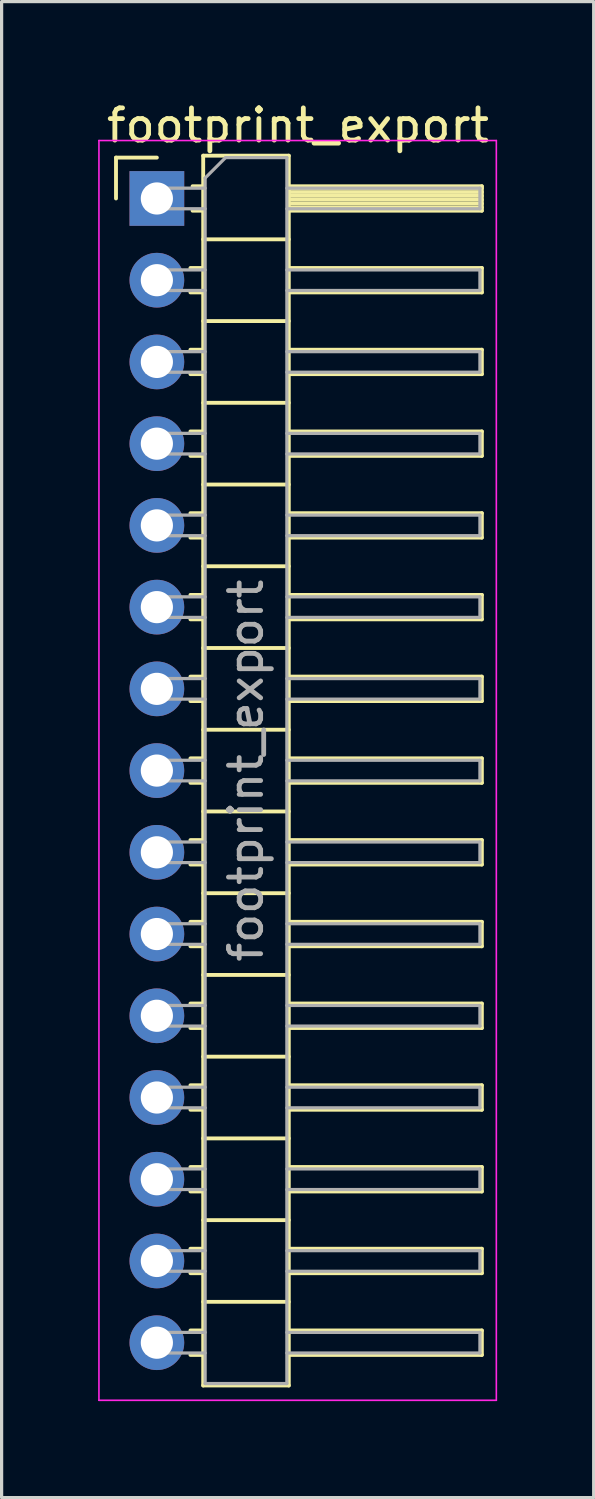
<source format=kicad_pcb>
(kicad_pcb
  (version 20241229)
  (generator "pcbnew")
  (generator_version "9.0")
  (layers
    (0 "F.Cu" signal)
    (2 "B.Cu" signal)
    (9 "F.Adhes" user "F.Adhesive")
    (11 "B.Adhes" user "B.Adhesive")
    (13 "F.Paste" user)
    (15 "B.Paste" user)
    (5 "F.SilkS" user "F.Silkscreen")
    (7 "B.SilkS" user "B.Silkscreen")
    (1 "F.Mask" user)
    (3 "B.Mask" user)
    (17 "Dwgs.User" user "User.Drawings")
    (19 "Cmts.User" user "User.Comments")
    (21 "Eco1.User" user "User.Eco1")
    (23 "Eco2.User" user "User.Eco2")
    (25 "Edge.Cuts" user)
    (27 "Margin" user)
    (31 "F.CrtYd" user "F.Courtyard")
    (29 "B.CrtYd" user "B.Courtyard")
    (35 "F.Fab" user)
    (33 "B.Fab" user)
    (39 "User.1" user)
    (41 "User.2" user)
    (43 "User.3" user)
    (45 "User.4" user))
  (footprint "footprint_export"
    (layer "F.Cu")
    (at 1.825 3.118)
    (property "Reference" "footprint_export" (at 4.385 -2.27 0) (layer "F.SilkS") (effects (font (size 1 1) (thickness 0.15))))
    (attr through_hole)
    (fp_line (start -1.27 -1.27) (end 0 -1.27) (stroke (width 0.12) (type solid)) (layer "F.SilkS"))
    (fp_line (start -1.27 0) (end -1.27 -1.27) (stroke (width 0.12) (type solid)) (layer "F.SilkS"))
    (fp_line (start 1.043 2.16) (end 1.44 2.16) (stroke (width 0.12) (type solid)) (layer "F.SilkS"))
    (fp_line (start 1.043 2.92) (end 1.44 2.92) (stroke (width 0.12) (type solid)) (layer "F.SilkS"))
    (fp_line (start 1.043 4.7) (end 1.44 4.7) (stroke (width 0.12) (type solid)) (layer "F.SilkS"))
    (fp_line (start 1.043 5.46) (end 1.44 5.46) (stroke (width 0.12) (type solid)) (layer "F.SilkS"))
    (fp_line (start 1.043 7.24) (end 1.44 7.24) (stroke (width 0.12) (type solid)) (layer "F.SilkS"))
    (fp_line (start 1.043 8) (end 1.44 8) (stroke (width 0.12) (type solid)) (layer "F.SilkS"))
    (fp_line (start 1.043 9.78) (end 1.44 9.78) (stroke (width 0.12) (type solid)) (layer "F.SilkS"))
    (fp_line (start 1.043 10.54) (end 1.44 10.54) (stroke (width 0.12) (type solid)) (layer "F.SilkS"))
    (fp_line (start 1.043 12.32) (end 1.44 12.32) (stroke (width 0.12) (type solid)) (layer "F.SilkS"))
    (fp_line (start 1.043 13.08) (end 1.44 13.08) (stroke (width 0.12) (type solid)) (layer "F.SilkS"))
    (fp_line (start 1.043 14.86) (end 1.44 14.86) (stroke (width 0.12) (type solid)) (layer "F.SilkS"))
    (fp_line (start 1.043 15.62) (end 1.44 15.62) (stroke (width 0.12) (type solid)) (layer "F.SilkS"))
    (fp_line (start 1.043 17.4) (end 1.44 17.4) (stroke (width 0.12) (type solid)) (layer "F.SilkS"))
    (fp_line (start 1.043 18.16) (end 1.44 18.16) (stroke (width 0.12) (type solid)) (layer "F.SilkS"))
    (fp_line (start 1.043 19.94) (end 1.44 19.94) (stroke (width 0.12) (type solid)) (layer "F.SilkS"))
    (fp_line (start 1.043 20.7) (end 1.44 20.7) (stroke (width 0.12) (type solid)) (layer "F.SilkS"))
    (fp_line (start 1.043 22.48) (end 1.44 22.48) (stroke (width 0.12) (type solid)) (layer "F.SilkS"))
    (fp_line (start 1.043 23.24) (end 1.44 23.24) (stroke (width 0.12) (type solid)) (layer "F.SilkS"))
    (fp_line (start 1.043 25.02) (end 1.44 25.02) (stroke (width 0.12) (type solid)) (layer "F.SilkS"))
    (fp_line (start 1.043 25.78) (end 1.44 25.78) (stroke (width 0.12) (type solid)) (layer "F.SilkS"))
    (fp_line (start 1.043 27.56) (end 1.44 27.56) (stroke (width 0.12) (type solid)) (layer "F.SilkS"))
    (fp_line (start 1.043 28.32) (end 1.44 28.32) (stroke (width 0.12) (type solid)) (layer "F.SilkS"))
    (fp_line (start 1.043 30.1) (end 1.44 30.1) (stroke (width 0.12) (type solid)) (layer "F.SilkS"))
    (fp_line (start 1.043 30.86) (end 1.44 30.86) (stroke (width 0.12) (type solid)) (layer "F.SilkS"))
    (fp_line (start 1.043 32.64) (end 1.44 32.64) (stroke (width 0.12) (type solid)) (layer "F.SilkS"))
    (fp_line (start 1.043 33.4) (end 1.44 33.4) (stroke (width 0.12) (type solid)) (layer "F.SilkS"))
    (fp_line (start 1.043 35.18) (end 1.44 35.18) (stroke (width 0.12) (type solid)) (layer "F.SilkS"))
    (fp_line (start 1.043 35.94) (end 1.44 35.94) (stroke (width 0.12) (type solid)) (layer "F.SilkS"))
    (fp_line (start 1.11 -0.38) (end 1.44 -0.38) (stroke (width 0.12) (type solid)) (layer "F.SilkS"))
    (fp_line (start 1.11 0.38) (end 1.44 0.38) (stroke (width 0.12) (type solid)) (layer "F.SilkS"))
    (fp_line (start 1.44 -1.33) (end 1.44 36.89) (stroke (width 0.12) (type solid)) (layer "F.SilkS"))
    (fp_line (start 1.44 1.27) (end 4.1 1.27) (stroke (width 0.12) (type solid)) (layer "F.SilkS"))
    (fp_line (start 1.44 3.81) (end 4.1 3.81) (stroke (width 0.12) (type solid)) (layer "F.SilkS"))
    (fp_line (start 1.44 6.35) (end 4.1 6.35) (stroke (width 0.12) (type solid)) (layer "F.SilkS"))
    (fp_line (start 1.44 8.89) (end 4.1 8.89) (stroke (width 0.12) (type solid)) (layer "F.SilkS"))
    (fp_line (start 1.44 11.43) (end 4.1 11.43) (stroke (width 0.12) (type solid)) (layer "F.SilkS"))
    (fp_line (start 1.44 13.97) (end 4.1 13.97) (stroke (width 0.12) (type solid)) (layer "F.SilkS"))
    (fp_line (start 1.44 16.51) (end 4.1 16.51) (stroke (width 0.12) (type solid)) (layer "F.SilkS"))
    (fp_line (start 1.44 19.05) (end 4.1 19.05) (stroke (width 0.12) (type solid)) (layer "F.SilkS"))
    (fp_line (start 1.44 21.59) (end 4.1 21.59) (stroke (width 0.12) (type solid)) (layer "F.SilkS"))
    (fp_line (start 1.44 24.13) (end 4.1 24.13) (stroke (width 0.12) (type solid)) (layer "F.SilkS"))
    (fp_line (start 1.44 26.67) (end 4.1 26.67) (stroke (width 0.12) (type solid)) (layer "F.SilkS"))
    (fp_line (start 1.44 29.21) (end 4.1 29.21) (stroke (width 0.12) (type solid)) (layer "F.SilkS"))
    (fp_line (start 1.44 31.75) (end 4.1 31.75) (stroke (width 0.12) (type solid)) (layer "F.SilkS"))
    (fp_line (start 1.44 34.29) (end 4.1 34.29) (stroke (width 0.12) (type solid)) (layer "F.SilkS"))
    (fp_line (start 1.44 36.89) (end 4.1 36.89) (stroke (width 0.12) (type solid)) (layer "F.SilkS"))
    (fp_line (start 4.1 -1.33) (end 1.44 -1.33) (stroke (width 0.12) (type solid)) (layer "F.SilkS"))
    (fp_line (start 4.1 -0.38) (end 10.1 -0.38) (stroke (width 0.12) (type solid)) (layer "F.SilkS"))
    (fp_line (start 4.1 -0.32) (end 10.1 -0.32) (stroke (width 0.12) (type solid)) (layer "F.SilkS"))
    (fp_line (start 4.1 -0.2) (end 10.1 -0.2) (stroke (width 0.12) (type solid)) (layer "F.SilkS"))
    (fp_line (start 4.1 -0.08) (end 10.1 -0.08) (stroke (width 0.12) (type solid)) (layer "F.SilkS"))
    (fp_line (start 4.1 0.04) (end 10.1 0.04) (stroke (width 0.12) (type solid)) (layer "F.SilkS"))
    (fp_line (start 4.1 0.16) (end 10.1 0.16) (stroke (width 0.12) (type solid)) (layer "F.SilkS"))
    (fp_line (start 4.1 0.28) (end 10.1 0.28) (stroke (width 0.12) (type solid)) (layer "F.SilkS"))
    (fp_line (start 4.1 2.16) (end 10.1 2.16) (stroke (width 0.12) (type solid)) (layer "F.SilkS"))
    (fp_line (start 4.1 4.7) (end 10.1 4.7) (stroke (width 0.12) (type solid)) (layer "F.SilkS"))
    (fp_line (start 4.1 7.24) (end 10.1 7.24) (stroke (width 0.12) (type solid)) (layer "F.SilkS"))
    (fp_line (start 4.1 9.78) (end 10.1 9.78) (stroke (width 0.12) (type solid)) (layer "F.SilkS"))
    (fp_line (start 4.1 12.32) (end 10.1 12.32) (stroke (width 0.12) (type solid)) (layer "F.SilkS"))
    (fp_line (start 4.1 14.86) (end 10.1 14.86) (stroke (width 0.12) (type solid)) (layer "F.SilkS"))
    (fp_line (start 4.1 17.4) (end 10.1 17.4) (stroke (width 0.12) (type solid)) (layer "F.SilkS"))
    (fp_line (start 4.1 19.94) (end 10.1 19.94) (stroke (width 0.12) (type solid)) (layer "F.SilkS"))
    (fp_line (start 4.1 22.48) (end 10.1 22.48) (stroke (width 0.12) (type solid)) (layer "F.SilkS"))
    (fp_line (start 4.1 25.02) (end 10.1 25.02) (stroke (width 0.12) (type solid)) (layer "F.SilkS"))
    (fp_line (start 4.1 27.56) (end 10.1 27.56) (stroke (width 0.12) (type solid)) (layer "F.SilkS"))
    (fp_line (start 4.1 30.1) (end 10.1 30.1) (stroke (width 0.12) (type solid)) (layer "F.SilkS"))
    (fp_line (start 4.1 32.64) (end 10.1 32.64) (stroke (width 0.12) (type solid)) (layer "F.SilkS"))
    (fp_line (start 4.1 35.18) (end 10.1 35.18) (stroke (width 0.12) (type solid)) (layer "F.SilkS"))
    (fp_line (start 4.1 36.89) (end 4.1 -1.33) (stroke (width 0.12) (type solid)) (layer "F.SilkS"))
    (fp_line (start 10.1 -0.38) (end 10.1 0.38) (stroke (width 0.12) (type solid)) (layer "F.SilkS"))
    (fp_line (start 10.1 0.38) (end 4.1 0.38) (stroke (width 0.12) (type solid)) (layer "F.SilkS"))
    (fp_line (start 10.1 2.16) (end 10.1 2.92) (stroke (width 0.12) (type solid)) (layer "F.SilkS"))
    (fp_line (start 10.1 2.92) (end 4.1 2.92) (stroke (width 0.12) (type solid)) (layer "F.SilkS"))
    (fp_line (start 10.1 4.7) (end 10.1 5.46) (stroke (width 0.12) (type solid)) (layer "F.SilkS"))
    (fp_line (start 10.1 5.46) (end 4.1 5.46) (stroke (width 0.12) (type solid)) (layer "F.SilkS"))
    (fp_line (start 10.1 7.24) (end 10.1 8) (stroke (width 0.12) (type solid)) (layer "F.SilkS"))
    (fp_line (start 10.1 8) (end 4.1 8) (stroke (width 0.12) (type solid)) (layer "F.SilkS"))
    (fp_line (start 10.1 9.78) (end 10.1 10.54) (stroke (width 0.12) (type solid)) (layer "F.SilkS"))
    (fp_line (start 10.1 10.54) (end 4.1 10.54) (stroke (width 0.12) (type solid)) (layer "F.SilkS"))
    (fp_line (start 10.1 12.32) (end 10.1 13.08) (stroke (width 0.12) (type solid)) (layer "F.SilkS"))
    (fp_line (start 10.1 13.08) (end 4.1 13.08) (stroke (width 0.12) (type solid)) (layer "F.SilkS"))
    (fp_line (start 10.1 14.86) (end 10.1 15.62) (stroke (width 0.12) (type solid)) (layer "F.SilkS"))
    (fp_line (start 10.1 15.62) (end 4.1 15.62) (stroke (width 0.12) (type solid)) (layer "F.SilkS"))
    (fp_line (start 10.1 17.4) (end 10.1 18.16) (stroke (width 0.12) (type solid)) (layer "F.SilkS"))
    (fp_line (start 10.1 18.16) (end 4.1 18.16) (stroke (width 0.12) (type solid)) (layer "F.SilkS"))
    (fp_line (start 10.1 19.94) (end 10.1 20.7) (stroke (width 0.12) (type solid)) (layer "F.SilkS"))
    (fp_line (start 10.1 20.7) (end 4.1 20.7) (stroke (width 0.12) (type solid)) (layer "F.SilkS"))
    (fp_line (start 10.1 22.48) (end 10.1 23.24) (stroke (width 0.12) (type solid)) (layer "F.SilkS"))
    (fp_line (start 10.1 23.24) (end 4.1 23.24) (stroke (width 0.12) (type solid)) (layer "F.SilkS"))
    (fp_line (start 10.1 25.02) (end 10.1 25.78) (stroke (width 0.12) (type solid)) (layer "F.SilkS"))
    (fp_line (start 10.1 25.78) (end 4.1 25.78) (stroke (width 0.12) (type solid)) (layer "F.SilkS"))
    (fp_line (start 10.1 27.56) (end 10.1 28.32) (stroke (width 0.12) (type solid)) (layer "F.SilkS"))
    (fp_line (start 10.1 28.32) (end 4.1 28.32) (stroke (width 0.12) (type solid)) (layer "F.SilkS"))
    (fp_line (start 10.1 30.1) (end 10.1 30.86) (stroke (width 0.12) (type solid)) (layer "F.SilkS"))
    (fp_line (start 10.1 30.86) (end 4.1 30.86) (stroke (width 0.12) (type solid)) (layer "F.SilkS"))
    (fp_line (start 10.1 32.64) (end 10.1 33.4) (stroke (width 0.12) (type solid)) (layer "F.SilkS"))
    (fp_line (start 10.1 33.4) (end 4.1 33.4) (stroke (width 0.12) (type solid)) (layer "F.SilkS"))
    (fp_line (start 10.1 35.18) (end 10.1 35.94) (stroke (width 0.12) (type solid)) (layer "F.SilkS"))
    (fp_line (start 10.1 35.94) (end 4.1 35.94) (stroke (width 0.12) (type solid)) (layer "F.SilkS"))
    (fp_line (start -1.8 -1.8) (end -1.8 37.35) (stroke (width 0.05) (type solid)) (layer "F.CrtYd"))
    (fp_line (start -1.8 37.35) (end 10.55 37.35) (stroke (width 0.05) (type solid)) (layer "F.CrtYd"))
    (fp_line (start 10.55 -1.8) (end -1.8 -1.8) (stroke (width 0.05) (type solid)) (layer "F.CrtYd"))
    (fp_line (start 10.55 37.35) (end 10.55 -1.8) (stroke (width 0.05) (type solid)) (layer "F.CrtYd"))
    (fp_line (start -0.32 -0.32) (end -0.32 0.32) (stroke (width 0.1) (type solid)) (layer "F.Fab"))
    (fp_line (start -0.32 -0.32) (end 1.5 -0.32) (stroke (width 0.1) (type solid)) (layer "F.Fab"))
    (fp_line (start -0.32 0.32) (end 1.5 0.32) (stroke (width 0.1) (type solid)) (layer "F.Fab"))
    (fp_line (start -0.32 2.22) (end -0.32 2.86) (stroke (width 0.1) (type solid)) (layer "F.Fab"))
    (fp_line (start -0.32 2.22) (end 1.5 2.22) (stroke (width 0.1) (type solid)) (layer "F.Fab"))
    (fp_line (start -0.32 2.86) (end 1.5 2.86) (stroke (width 0.1) (type solid)) (layer "F.Fab"))
    (fp_line (start -0.32 4.76) (end -0.32 5.4) (stroke (width 0.1) (type solid)) (layer "F.Fab"))
    (fp_line (start -0.32 4.76) (end 1.5 4.76) (stroke (width 0.1) (type solid)) (layer "F.Fab"))
    (fp_line (start -0.32 5.4) (end 1.5 5.4) (stroke (width 0.1) (type solid)) (layer "F.Fab"))
    (fp_line (start -0.32 7.3) (end -0.32 7.94) (stroke (width 0.1) (type solid)) (layer "F.Fab"))
    (fp_line (start -0.32 7.3) (end 1.5 7.3) (stroke (width 0.1) (type solid)) (layer "F.Fab"))
    (fp_line (start -0.32 7.94) (end 1.5 7.94) (stroke (width 0.1) (type solid)) (layer "F.Fab"))
    (fp_line (start -0.32 9.84) (end -0.32 10.48) (stroke (width 0.1) (type solid)) (layer "F.Fab"))
    (fp_line (start -0.32 9.84) (end 1.5 9.84) (stroke (width 0.1) (type solid)) (layer "F.Fab"))
    (fp_line (start -0.32 10.48) (end 1.5 10.48) (stroke (width 0.1) (type solid)) (layer "F.Fab"))
    (fp_line (start -0.32 12.38) (end -0.32 13.02) (stroke (width 0.1) (type solid)) (layer "F.Fab"))
    (fp_line (start -0.32 12.38) (end 1.5 12.38) (stroke (width 0.1) (type solid)) (layer "F.Fab"))
    (fp_line (start -0.32 13.02) (end 1.5 13.02) (stroke (width 0.1) (type solid)) (layer "F.Fab"))
    (fp_line (start -0.32 14.92) (end -0.32 15.56) (stroke (width 0.1) (type solid)) (layer "F.Fab"))
    (fp_line (start -0.32 14.92) (end 1.5 14.92) (stroke (width 0.1) (type solid)) (layer "F.Fab"))
    (fp_line (start -0.32 15.56) (end 1.5 15.56) (stroke (width 0.1) (type solid)) (layer "F.Fab"))
    (fp_line (start -0.32 17.46) (end -0.32 18.1) (stroke (width 0.1) (type solid)) (layer "F.Fab"))
    (fp_line (start -0.32 17.46) (end 1.5 17.46) (stroke (width 0.1) (type solid)) (layer "F.Fab"))
    (fp_line (start -0.32 18.1) (end 1.5 18.1) (stroke (width 0.1) (type solid)) (layer "F.Fab"))
    (fp_line (start -0.32 20) (end -0.32 20.64) (stroke (width 0.1) (type solid)) (layer "F.Fab"))
    (fp_line (start -0.32 20) (end 1.5 20) (stroke (width 0.1) (type solid)) (layer "F.Fab"))
    (fp_line (start -0.32 20.64) (end 1.5 20.64) (stroke (width 0.1) (type solid)) (layer "F.Fab"))
    (fp_line (start -0.32 22.54) (end -0.32 23.18) (stroke (width 0.1) (type solid)) (layer "F.Fab"))
    (fp_line (start -0.32 22.54) (end 1.5 22.54) (stroke (width 0.1) (type solid)) (layer "F.Fab"))
    (fp_line (start -0.32 23.18) (end 1.5 23.18) (stroke (width 0.1) (type solid)) (layer "F.Fab"))
    (fp_line (start -0.32 25.08) (end -0.32 25.72) (stroke (width 0.1) (type solid)) (layer "F.Fab"))
    (fp_line (start -0.32 25.08) (end 1.5 25.08) (stroke (width 0.1) (type solid)) (layer "F.Fab"))
    (fp_line (start -0.32 25.72) (end 1.5 25.72) (stroke (width 0.1) (type solid)) (layer "F.Fab"))
    (fp_line (start -0.32 27.62) (end -0.32 28.26) (stroke (width 0.1) (type solid)) (layer "F.Fab"))
    (fp_line (start -0.32 27.62) (end 1.5 27.62) (stroke (width 0.1) (type solid)) (layer "F.Fab"))
    (fp_line (start -0.32 28.26) (end 1.5 28.26) (stroke (width 0.1) (type solid)) (layer "F.Fab"))
    (fp_line (start -0.32 30.16) (end -0.32 30.8) (stroke (width 0.1) (type solid)) (layer "F.Fab"))
    (fp_line (start -0.32 30.16) (end 1.5 30.16) (stroke (width 0.1) (type solid)) (layer "F.Fab"))
    (fp_line (start -0.32 30.8) (end 1.5 30.8) (stroke (width 0.1) (type solid)) (layer "F.Fab"))
    (fp_line (start -0.32 32.7) (end -0.32 33.34) (stroke (width 0.1) (type solid)) (layer "F.Fab"))
    (fp_line (start -0.32 32.7) (end 1.5 32.7) (stroke (width 0.1) (type solid)) (layer "F.Fab"))
    (fp_line (start -0.32 33.34) (end 1.5 33.34) (stroke (width 0.1) (type solid)) (layer "F.Fab"))
    (fp_line (start -0.32 35.24) (end -0.32 35.88) (stroke (width 0.1) (type solid)) (layer "F.Fab"))
    (fp_line (start -0.32 35.24) (end 1.5 35.24) (stroke (width 0.1) (type solid)) (layer "F.Fab"))
    (fp_line (start -0.32 35.88) (end 1.5 35.88) (stroke (width 0.1) (type solid)) (layer "F.Fab"))
    (fp_line (start 1.5 -0.635) (end 2.135 -1.27) (stroke (width 0.1) (type solid)) (layer "F.Fab"))
    (fp_line (start 1.5 36.83) (end 1.5 -0.635) (stroke (width 0.1) (type solid)) (layer "F.Fab"))
    (fp_line (start 2.135 -1.27) (end 4.04 -1.27) (stroke (width 0.1) (type solid)) (layer "F.Fab"))
    (fp_line (start 4.04 -1.27) (end 4.04 36.83) (stroke (width 0.1) (type solid)) (layer "F.Fab"))
    (fp_line (start 4.04 -0.32) (end 10.04 -0.32) (stroke (width 0.1) (type solid)) (layer "F.Fab"))
    (fp_line (start 4.04 0.32) (end 10.04 0.32) (stroke (width 0.1) (type solid)) (layer "F.Fab"))
    (fp_line (start 4.04 2.22) (end 10.04 2.22) (stroke (width 0.1) (type solid)) (layer "F.Fab"))
    (fp_line (start 4.04 2.86) (end 10.04 2.86) (stroke (width 0.1) (type solid)) (layer "F.Fab"))
    (fp_line (start 4.04 4.76) (end 10.04 4.76) (stroke (width 0.1) (type solid)) (layer "F.Fab"))
    (fp_line (start 4.04 5.4) (end 10.04 5.4) (stroke (width 0.1) (type solid)) (layer "F.Fab"))
    (fp_line (start 4.04 7.3) (end 10.04 7.3) (stroke (width 0.1) (type solid)) (layer "F.Fab"))
    (fp_line (start 4.04 7.94) (end 10.04 7.94) (stroke (width 0.1) (type solid)) (layer "F.Fab"))
    (fp_line (start 4.04 9.84) (end 10.04 9.84) (stroke (width 0.1) (type solid)) (layer "F.Fab"))
    (fp_line (start 4.04 10.48) (end 10.04 10.48) (stroke (width 0.1) (type solid)) (layer "F.Fab"))
    (fp_line (start 4.04 12.38) (end 10.04 12.38) (stroke (width 0.1) (type solid)) (layer "F.Fab"))
    (fp_line (start 4.04 13.02) (end 10.04 13.02) (stroke (width 0.1) (type solid)) (layer "F.Fab"))
    (fp_line (start 4.04 14.92) (end 10.04 14.92) (stroke (width 0.1) (type solid)) (layer "F.Fab"))
    (fp_line (start 4.04 15.56) (end 10.04 15.56) (stroke (width 0.1) (type solid)) (layer "F.Fab"))
    (fp_line (start 4.04 17.46) (end 10.04 17.46) (stroke (width 0.1) (type solid)) (layer "F.Fab"))
    (fp_line (start 4.04 18.1) (end 10.04 18.1) (stroke (width 0.1) (type solid)) (layer "F.Fab"))
    (fp_line (start 4.04 20) (end 10.04 20) (stroke (width 0.1) (type solid)) (layer "F.Fab"))
    (fp_line (start 4.04 20.64) (end 10.04 20.64) (stroke (width 0.1) (type solid)) (layer "F.Fab"))
    (fp_line (start 4.04 22.54) (end 10.04 22.54) (stroke (width 0.1) (type solid)) (layer "F.Fab"))
    (fp_line (start 4.04 23.18) (end 10.04 23.18) (stroke (width 0.1) (type solid)) (layer "F.Fab"))
    (fp_line (start 4.04 25.08) (end 10.04 25.08) (stroke (width 0.1) (type solid)) (layer "F.Fab"))
    (fp_line (start 4.04 25.72) (end 10.04 25.72) (stroke (width 0.1) (type solid)) (layer "F.Fab"))
    (fp_line (start 4.04 27.62) (end 10.04 27.62) (stroke (width 0.1) (type solid)) (layer "F.Fab"))
    (fp_line (start 4.04 28.26) (end 10.04 28.26) (stroke (width 0.1) (type solid)) (layer "F.Fab"))
    (fp_line (start 4.04 30.16) (end 10.04 30.16) (stroke (width 0.1) (type solid)) (layer "F.Fab"))
    (fp_line (start 4.04 30.8) (end 10.04 30.8) (stroke (width 0.1) (type solid)) (layer "F.Fab"))
    (fp_line (start 4.04 32.7) (end 10.04 32.7) (stroke (width 0.1) (type solid)) (layer "F.Fab"))
    (fp_line (start 4.04 33.34) (end 10.04 33.34) (stroke (width 0.1) (type solid)) (layer "F.Fab"))
    (fp_line (start 4.04 35.24) (end 10.04 35.24) (stroke (width 0.1) (type solid)) (layer "F.Fab"))
    (fp_line (start 4.04 35.88) (end 10.04 35.88) (stroke (width 0.1) (type solid)) (layer "F.Fab"))
    (fp_line (start 4.04 36.83) (end 1.5 36.83) (stroke (width 0.1) (type solid)) (layer "F.Fab"))
    (fp_line (start 10.04 -0.32) (end 10.04 0.32) (stroke (width 0.1) (type solid)) (layer "F.Fab"))
    (fp_line (start 10.04 2.22) (end 10.04 2.86) (stroke (width 0.1) (type solid)) (layer "F.Fab"))
    (fp_line (start 10.04 4.76) (end 10.04 5.4) (stroke (width 0.1) (type solid)) (layer "F.Fab"))
    (fp_line (start 10.04 7.3) (end 10.04 7.94) (stroke (width 0.1) (type solid)) (layer "F.Fab"))
    (fp_line (start 10.04 9.84) (end 10.04 10.48) (stroke (width 0.1) (type solid)) (layer "F.Fab"))
    (fp_line (start 10.04 12.38) (end 10.04 13.02) (stroke (width 0.1) (type solid)) (layer "F.Fab"))
    (fp_line (start 10.04 14.92) (end 10.04 15.56) (stroke (width 0.1) (type solid)) (layer "F.Fab"))
    (fp_line (start 10.04 17.46) (end 10.04 18.1) (stroke (width 0.1) (type solid)) (layer "F.Fab"))
    (fp_line (start 10.04 20) (end 10.04 20.64) (stroke (width 0.1) (type solid)) (layer "F.Fab"))
    (fp_line (start 10.04 22.54) (end 10.04 23.18) (stroke (width 0.1) (type solid)) (layer "F.Fab"))
    (fp_line (start 10.04 25.08) (end 10.04 25.72) (stroke (width 0.1) (type solid)) (layer "F.Fab"))
    (fp_line (start 10.04 27.62) (end 10.04 28.26) (stroke (width 0.1) (type solid)) (layer "F.Fab"))
    (fp_line (start 10.04 30.16) (end 10.04 30.8) (stroke (width 0.1) (type solid)) (layer "F.Fab"))
    (fp_line (start 10.04 32.7) (end 10.04 33.34) (stroke (width 0.1) (type solid)) (layer "F.Fab"))
    (fp_line (start 10.04 35.24) (end 10.04 35.88) (stroke (width 0.1) (type solid)) (layer "F.Fab"))
    (fp_text user "${REFERENCE}" (at 2.77 17.78 90) (layer "F.Fab") (effects (font (size 1 1) (thickness 0.15))))
    (pad "1" thru_hole rect (at 0 0) (size 1.7 1.7) (drill 1) (layers "*.Cu" "*.Mask"))
    (pad "2" thru_hole oval (at 0 2.54) (size 1.7 1.7) (drill 1) (layers "*.Cu" "*.Mask"))
    (pad "3" thru_hole oval (at 0 5.08) (size 1.7 1.7) (drill 1) (layers "*.Cu" "*.Mask"))
    (pad "4" thru_hole oval (at 0 7.62) (size 1.7 1.7) (drill 1) (layers "*.Cu" "*.Mask"))
    (pad "5" thru_hole oval (at 0 10.16) (size 1.7 1.7) (drill 1) (layers "*.Cu" "*.Mask"))
    (pad "6" thru_hole oval (at 0 12.7) (size 1.7 1.7) (drill 1) (layers "*.Cu" "*.Mask"))
    (pad "7" thru_hole oval (at 0 15.24) (size 1.7 1.7) (drill 1) (layers "*.Cu" "*.Mask"))
    (pad "8" thru_hole oval (at 0 17.78) (size 1.7 1.7) (drill 1) (layers "*.Cu" "*.Mask"))
    (pad "9" thru_hole oval (at 0 20.32) (size 1.7 1.7) (drill 1) (layers "*.Cu" "*.Mask"))
    (pad "10" thru_hole oval (at 0 22.86) (size 1.7 1.7) (drill 1) (layers "*.Cu" "*.Mask"))
    (pad "11" thru_hole oval (at 0 25.4) (size 1.7 1.7) (drill 1) (layers "*.Cu" "*.Mask"))
    (pad "12" thru_hole oval (at 0 27.94) (size 1.7 1.7) (drill 1) (layers "*.Cu" "*.Mask"))
    (pad "13" thru_hole oval (at 0 30.48) (size 1.7 1.7) (drill 1) (layers "*.Cu" "*.Mask"))
    (pad "14" thru_hole oval (at 0 33.02) (size 1.7 1.7) (drill 1) (layers "*.Cu" "*.Mask"))
    (pad "15" thru_hole oval (at 0 35.56) (size 1.7 1.7) (drill 1) (layers "*.Cu" "*.Mask")))
  (gr_rect
    (start -3 -3)
    (end 15.4 43.493)
    (stroke (width 0.1) (type default))
    (fill no)
    (layer "Edge.Cuts")))
</source>
